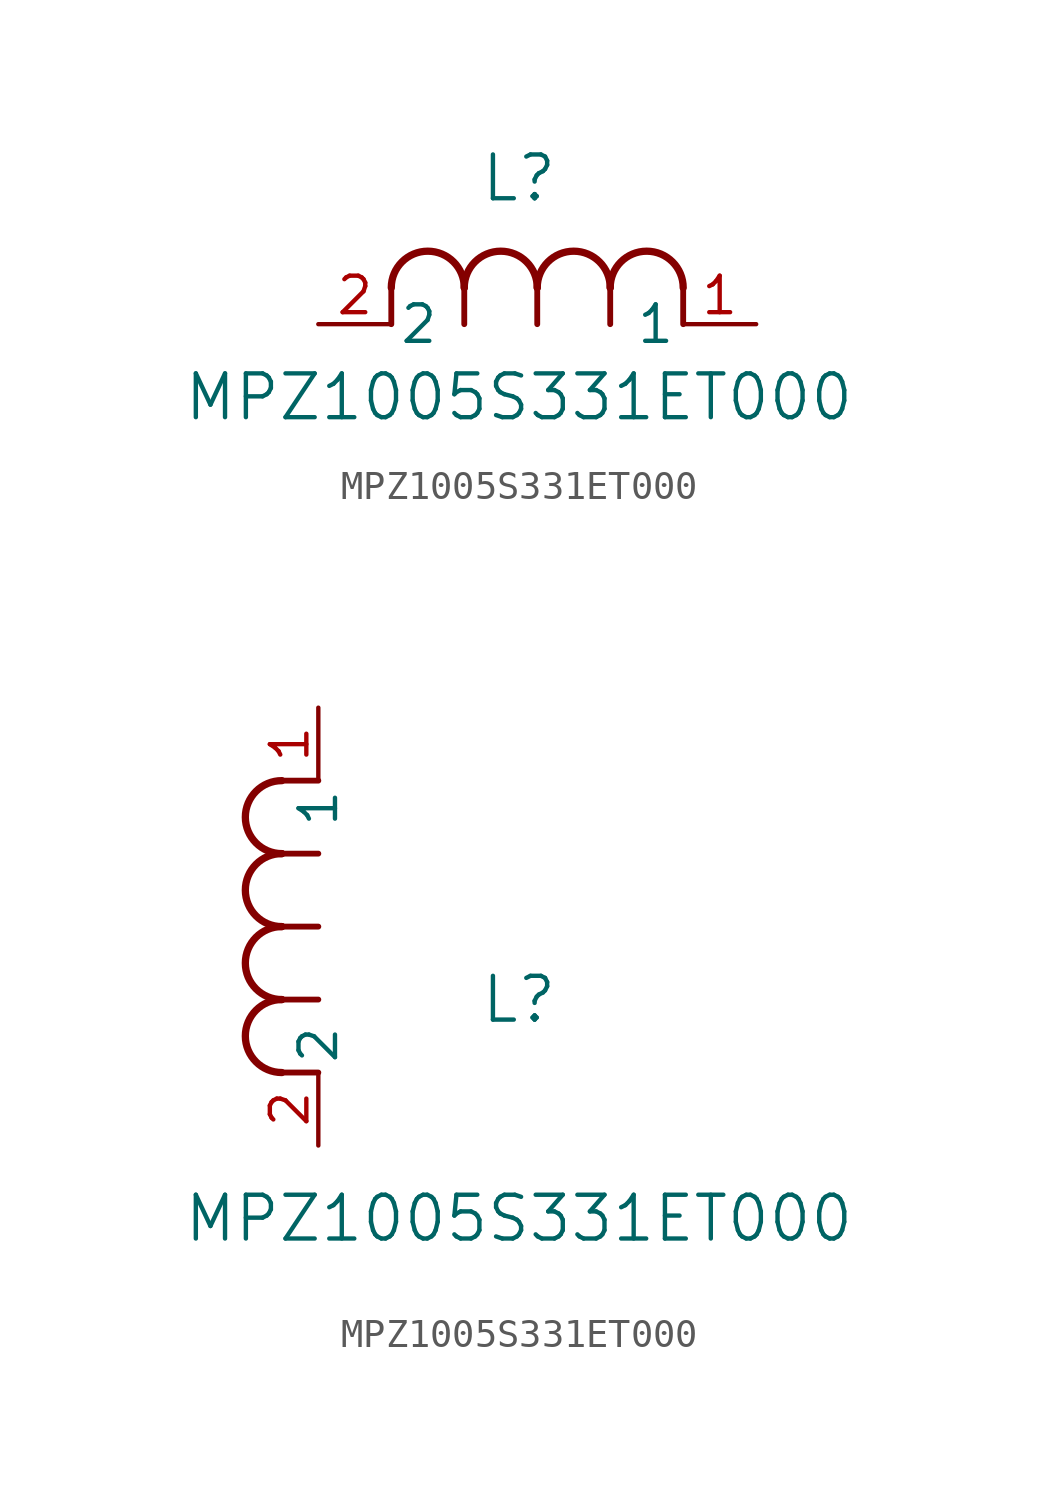
<source format=kicad_sym>
(kicad_symbol_lib
  (version 20211014)
  (generator kicad_symbol_editor)
  (symbol "MPZ1005S331ET000"
    (pin_names
      (offset 0.254))
    (property "Reference" "L"
      (at 6.985 5.08 0)
      (effects (font (size 1.524 1.524))))
    (property "Value" "MPZ1005S331ET000"
      (at 6.985 -2.54 0)
      (effects (font (size 1.524 1.524))))
    (symbol "MPZ1005S331ET000_1_1"
      (arc (start 7.62 1.27) (mid 6.35 2.54) (end 5.08 1.27) (stroke (width 0.254) (type default) (color 0 0 0 0)) (fill (type none)))
      (polyline (pts (xy 5.08 0) (xy 5.08 1.27)) (stroke (width 0.203) (type default) (color 0 0 0 0)) (fill (type none)))
      (polyline (pts (xy 7.62 0) (xy 7.62 1.27)) (stroke (width 0.203) (type default) (color 0 0 0 0)) (fill (type none)))
      (polyline (pts (xy 12.7 0) (xy 12.7 1.27)) (stroke (width 0.203) (type default) (color 0 0 0 0)) (fill (type none)))
      (arc (start 5.08 1.27) (mid 3.81 2.54) (end 2.54 1.27) (stroke (width 0.254) (type default) (color 0 0 0 0)) (fill (type none)))
      (arc (start 10.16 1.27) (mid 8.89 2.54) (end 7.62 1.27) (stroke (width 0.254) (type default) (color 0 0 0 0)) (fill (type none)))
      (arc (start 12.7 1.27) (mid 11.43 2.54) (end 10.16 1.27) (stroke (width 0.254) (type default) (color 0 0 0 0)) (fill (type none)))
      (polyline (pts (xy 2.54 0) (xy 2.54 1.27)) (stroke (width 0.203) (type default) (color 0 0 0 0)) (fill (type none)))
      (polyline (pts (xy 10.16 0) (xy 10.16 1.27)) (stroke (width 0.203) (type default) (color 0 0 0 0)) (fill (type none)))
      (pin unspecified line (at 0 0 0) (length 2.54) (name "2" (effects (font (size 1.27 1.27)))) (number "2" (effects (font (size 1.27 1.27)))))
      (pin unspecified line (at 15.24 0 180) (length 2.54) (name "1" (effects (font (size 1.27 1.27)))) (number "1" (effects (font (size 1.27 1.27))))))
    (symbol "MPZ1005S331ET000_1_2"
      (arc (start -1.27 7.62) (mid -2.54 6.35) (end -1.27 5.08) (stroke (width 0.254) (type default) (color 0 0 0 0)) (fill (type none)))
      (arc (start -1.27 5.08) (mid -2.54 3.81) (end -1.27 2.54) (stroke (width 0.254) (type default) (color 0 0 0 0)) (fill (type none)))
      (arc (start -1.27 12.7) (mid -2.54 11.43) (end -1.27 10.16) (stroke (width 0.254) (type default) (color 0 0 0 0)) (fill (type none)))
      (arc (start -1.27 10.16) (mid -2.54 8.89) (end -1.27 7.62) (stroke (width 0.254) (type default) (color 0 0 0 0)) (fill (type none)))
      (polyline (pts (xy 0 7.62) (xy -1.27 7.62)) (stroke (width 0.203) (type default) (color 0 0 0 0)) (fill (type none)))
      (polyline (pts (xy 0 5.08) (xy -1.27 5.08)) (stroke (width 0.203) (type default) (color 0 0 0 0)) (fill (type none)))
      (polyline (pts (xy 0 12.7) (xy -1.27 12.7)) (stroke (width 0.203) (type default) (color 0 0 0 0)) (fill (type none)))
      (polyline (pts (xy 0 2.54) (xy -1.27 2.54)) (stroke (width 0.203) (type default) (color 0 0 0 0)) (fill (type none)))
      (polyline (pts (xy 0 10.16) (xy -1.27 10.16)) (stroke (width 0.203) (type default) (color 0 0 0 0)) (fill (type none)))
      (pin unspecified line (at 0 0 90) (length 2.54) (name "2" (effects (font (size 1.27 1.27)))) (number "2" (effects (font (size 1.27 1.27)))))
      (pin unspecified line (at 0 15.24 270) (length 2.54) (name "1" (effects (font (size 1.27 1.27)))) (number "1" (effects (font (size 1.27 1.27))))))))
</source>
